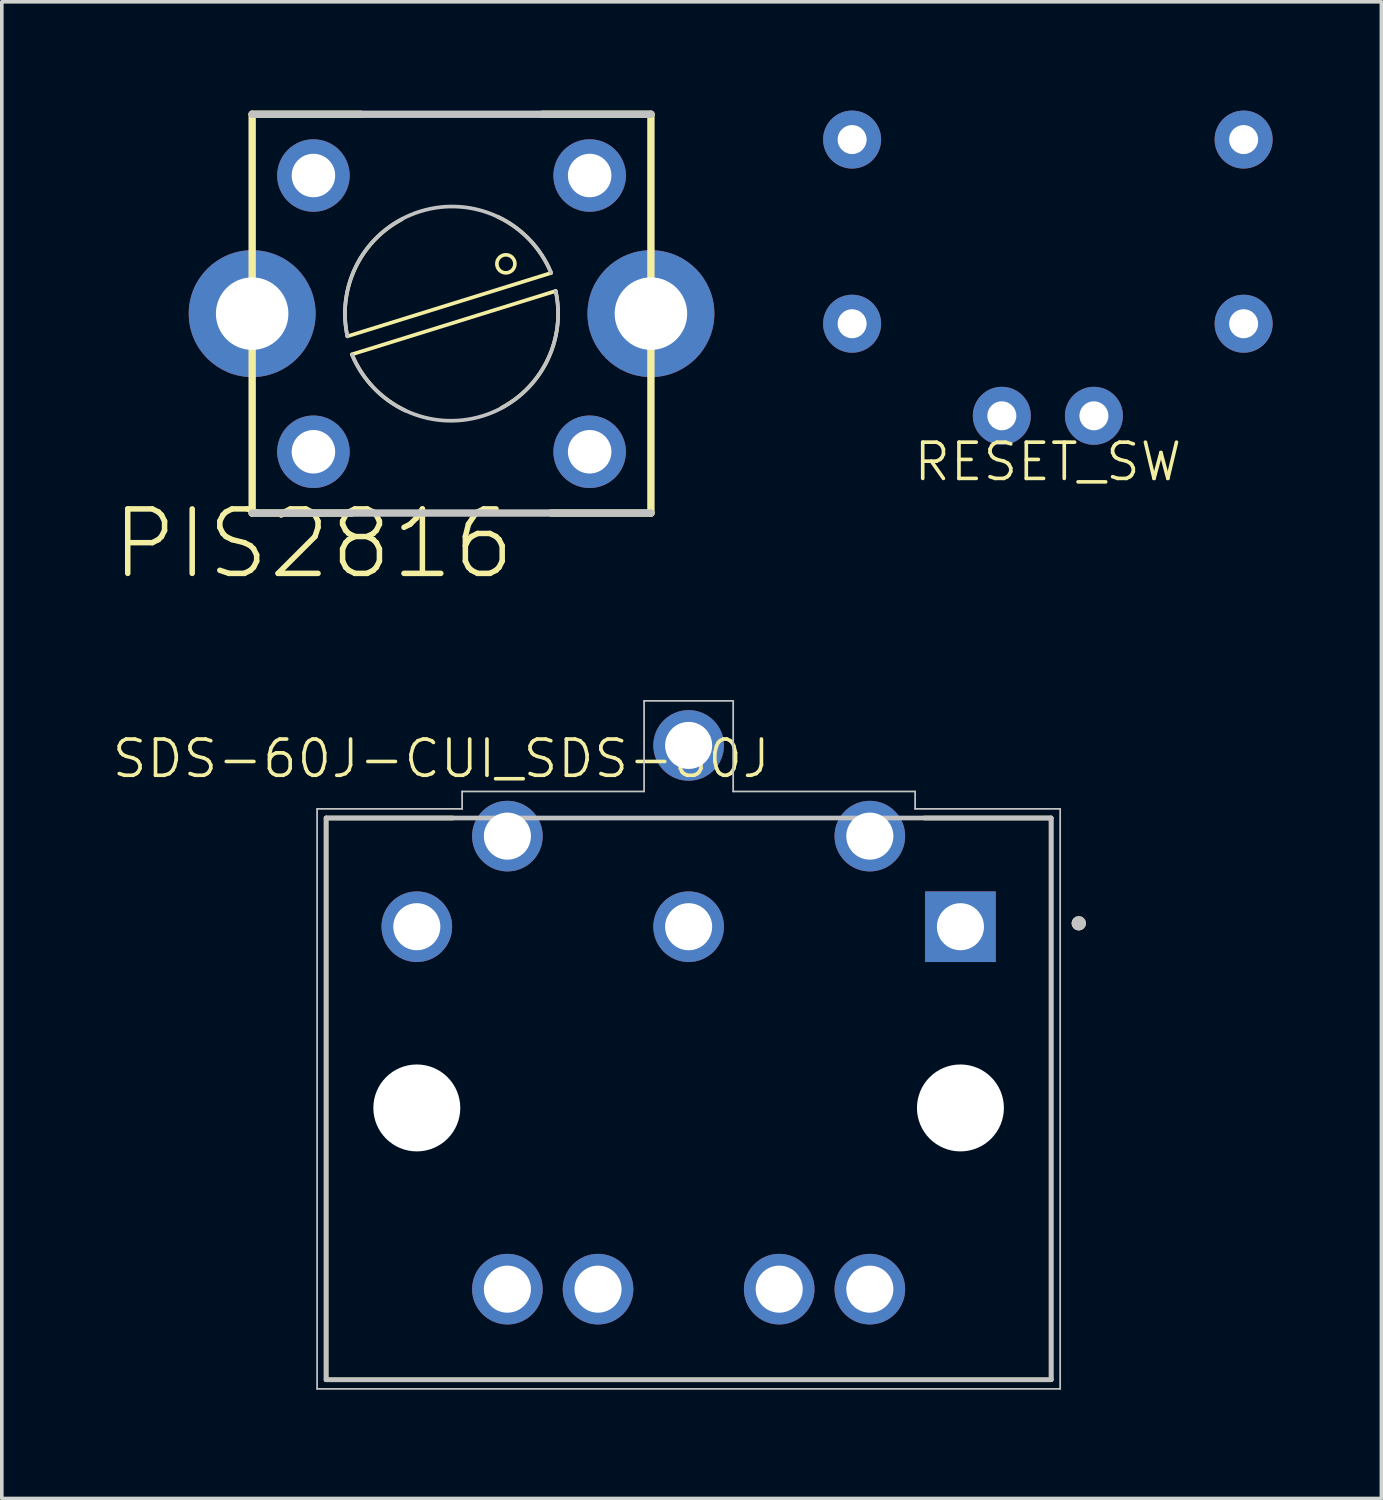
<source format=kicad_pcb>
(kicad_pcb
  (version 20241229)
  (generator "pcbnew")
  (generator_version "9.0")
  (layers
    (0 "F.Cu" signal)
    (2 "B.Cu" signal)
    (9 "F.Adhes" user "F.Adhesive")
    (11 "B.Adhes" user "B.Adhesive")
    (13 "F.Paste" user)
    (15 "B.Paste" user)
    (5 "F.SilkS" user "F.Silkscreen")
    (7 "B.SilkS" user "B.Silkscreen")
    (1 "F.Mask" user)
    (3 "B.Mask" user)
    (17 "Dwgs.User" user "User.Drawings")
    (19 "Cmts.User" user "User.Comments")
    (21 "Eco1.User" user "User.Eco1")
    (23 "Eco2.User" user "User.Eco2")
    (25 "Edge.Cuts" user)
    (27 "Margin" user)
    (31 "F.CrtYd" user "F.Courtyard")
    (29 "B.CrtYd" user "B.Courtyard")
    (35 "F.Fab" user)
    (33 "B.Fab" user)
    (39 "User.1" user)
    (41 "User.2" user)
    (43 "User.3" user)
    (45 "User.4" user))
  (footprint "RESET_SW"
    (layer "F.Cu")
    (at 25.856 4.61)
    (property "Reference" "RESET_SW" (at 0 5.08 0) (unlocked yes) (layer "F.SilkS") (effects (font (size 1 1) (thickness 0.1))))
    (attr through_hole)
    (pad "" thru_hole circle (at -5.4 -3.81) (size 1.6 1.6) (drill 0.8) (layers "*.Cu" "*.Mask"))
    (pad "" thru_hole circle (at -5.4 1.27) (size 1.6 1.6) (drill 0.8) (layers "*.Cu" "*.Mask"))
    (pad "" thru_hole circle (at 5.4 -3.81) (size 1.6 1.6) (drill 0.8) (layers "*.Cu" "*.Mask"))
    (pad "" thru_hole circle (at 5.4 1.27) (size 1.6 1.6) (drill 0.8) (layers "*.Cu" "*.Mask"))
    (pad "1" thru_hole circle (at -1.27 3.81) (size 1.6 1.6) (drill 0.8) (layers "*.Cu" "*.Mask"))
    (pad "2" thru_hole circle (at 1.27 3.81) (size 1.6 1.6) (drill 0.8) (layers "*.Cu" "*.Mask")))
  (footprint "SDS-60J-CUI_SDS-60J"
    (layer "F.Cu")
    (at 15.946 27.513)
    (property "Reference" "SDS-60J-CUI_SDS-60J" (at -6.825 -9.634 0) (layer "F.SilkS") (effects (font (size 1 1) (thickness 0.1))))
    (attr exclude_from_pos_files exclude_from_bom)
    (fp_line (start -10 -7.998) (end -6.5 -7.998) (stroke (width 0.127) (type solid)) (layer "F.SilkS"))
    (fp_line (start -10 7.498) (end -10 -7.998) (stroke (width 0.127) (type solid)) (layer "F.SilkS"))
    (fp_line (start -10 7.498) (end 10 7.498) (stroke (width 0.127) (type solid)) (layer "F.SilkS"))
    (fp_line (start 6.5 -7.998) (end 10 -7.998) (stroke (width 0.127) (type solid)) (layer "F.SilkS"))
    (fp_line (start 10 -7.998) (end 10 7.498) (stroke (width 0.127) (type solid)) (layer "F.SilkS"))
    (fp_circle (center 10.762 -5.093) (end 10.762 -5.192) (stroke (width 0.198) (type solid)) (fill no) (layer "F.SilkS"))
    (fp_line (start -10.249 -8.25) (end -6.248 -8.25) (stroke (width 0.048) (type solid)) (layer "Dwgs.User"))
    (fp_line (start -10.249 7.75) (end -10.249 -8.25) (stroke (width 0.048) (type solid)) (layer "Dwgs.User"))
    (fp_line (start -10 -7.998) (end 10 -7.998) (stroke (width 0.127) (type solid)) (layer "Dwgs.User"))
    (fp_line (start -10 7.498) (end -10 -7.998) (stroke (width 0.127) (type solid)) (layer "Dwgs.User"))
    (fp_line (start -6.248 -8.73) (end -1.229 -8.73) (stroke (width 0.048) (type solid)) (layer "Dwgs.User"))
    (fp_line (start -6.248 -8.25) (end -6.248 -8.73) (stroke (width 0.048) (type solid)) (layer "Dwgs.User"))
    (fp_line (start -1.229 -11.229) (end 1.229 -11.229) (stroke (width 0.048) (type solid)) (layer "Dwgs.User"))
    (fp_line (start -1.229 -8.73) (end -1.229 -11.229) (stroke (width 0.048) (type solid)) (layer "Dwgs.User"))
    (fp_line (start 1.229 -11.229) (end 1.229 -8.73) (stroke (width 0.048) (type solid)) (layer "Dwgs.User"))
    (fp_line (start 1.229 -8.73) (end 6.248 -8.73) (stroke (width 0.048) (type solid)) (layer "Dwgs.User"))
    (fp_line (start 6.248 -8.73) (end 6.248 -8.25) (stroke (width 0.048) (type solid)) (layer "Dwgs.User"))
    (fp_line (start 6.248 -8.25) (end 10.249 -8.25) (stroke (width 0.048) (type solid)) (layer "Dwgs.User"))
    (fp_line (start 10 -7.998) (end 10 7.498) (stroke (width 0.127) (type solid)) (layer "Dwgs.User"))
    (fp_line (start 10 7.498) (end -10 7.498) (stroke (width 0.127) (type solid)) (layer "Dwgs.User"))
    (fp_line (start 10.249 -8.25) (end 10.249 7.75) (stroke (width 0.048) (type solid)) (layer "Dwgs.User"))
    (fp_line (start 10.249 7.75) (end -10.249 7.75) (stroke (width 0.048) (type solid)) (layer "Dwgs.User"))
    (fp_circle (center 10.762 -5.093) (end 10.762 -5.192) (stroke (width 0.198) (type solid)) (fill no) (layer "Dwgs.User"))
    (pad "" np_thru_hole circle (at -7.498 0) (size 2.398 2.398) (drill 2.398) (layers "*.Cu" "*.Mask"))
    (pad "" np_thru_hole circle (at 7.498 0) (size 2.398 2.398) (drill 2.398) (layers "*.Cu" "*.Mask"))
    (pad "1" thru_hole rect (at 7.498 -4.999) (size 1.948 1.948) (drill 1.298) (layers "*.Cu" "*.Paste" "*.Mask"))
    (pad "2" thru_hole circle (at 4.999 -7.498) (size 1.948 1.948) (drill 1.298) (layers "*.Cu" "*.Paste" "*.Mask"))
    (pad "3" thru_hole circle (at 0 -4.999) (size 1.948 1.948) (drill 1.298) (layers "*.Cu" "*.Paste" "*.Mask"))
    (pad "4" thru_hole circle (at -4.999 -7.498) (size 1.948 1.948) (drill 1.298) (layers "*.Cu" "*.Paste" "*.Mask"))
    (pad "5" thru_hole circle (at -7.498 -4.999) (size 1.948 1.948) (drill 1.298) (layers "*.Cu" "*.Paste" "*.Mask"))
    (pad "6" thru_hole circle (at 0 -10) (size 1.948 1.948) (drill 1.298) (layers "*.Cu" "*.Paste" "*.Mask"))
    (pad "E1" thru_hole circle (at -4.999 4.999) (size 1.948 1.948) (drill 1.298) (layers "*.Cu" "*.Paste" "*.Mask"))
    (pad "E1" thru_hole circle (at -2.499 4.999) (size 1.948 1.948) (drill 1.298) (layers "*.Cu" "*.Paste" "*.Mask"))
    (pad "E2" thru_hole circle (at 2.499 4.999) (size 1.948 1.948) (drill 1.298) (layers "*.Cu" "*.Paste" "*.Mask"))
    (pad "E2" thru_hole circle (at 4.999 4.999) (size 1.948 1.948) (drill 1.298) (layers "*.Cu" "*.Paste" "*.Mask")))
  (footprint "PIS2816"
    (layer "F.Cu")
    (at 9.406 5.602)
    (property "Reference" "PIS2816" (at -3.81 6.35 0) (layer "F.SilkS") (effects (font (size 1.778 1.778) (thickness 0.152))))
    (attr through_hole)
    (fp_line (start -5.5 -5.5) (end -5.5 5.5) (stroke (width 0.203) (type solid)) (layer "F.SilkS"))
    (fp_line (start -5.5 5.5) (end -2.75 5.5) (stroke (width 0.203) (type solid)) (layer "F.SilkS"))
    (fp_line (start -2.748 1.123) (end 2.873 -0.625) (stroke (width 0.102) (type solid)) (layer "F.SilkS"))
    (fp_line (start -2.5 -5.5) (end -5.5 -5.5) (stroke (width 0.203) (type solid)) (layer "F.SilkS"))
    (fp_line (start 2.748 -1.123) (end -2.873 0.625) (stroke (width 0.102) (type solid)) (layer "F.SilkS"))
    (fp_line (start 2.75 5.5) (end 5.5 5.5) (stroke (width 0.203) (type solid)) (layer "F.SilkS"))
    (fp_line (start 5.5 -5.5) (end 2.5 -5.5) (stroke (width 0.203) (type solid)) (layer "F.SilkS"))
    (fp_line (start 5.5 5.5) (end 5.5 -5.5) (stroke (width 0.203) (type solid)) (layer "F.SilkS"))
    (fp_arc (start -2.87274 0.62484) (mid -2.667081 -1.236825) (end -1.378893 -2.596481) (stroke (width 0.1016) (type solid)) (layer "F.SilkS"))
    (fp_arc (start -1.27254 2.67462) (mid -2.152858 2.038214) (end -2.745845 1.128082) (stroke (width 0.1016) (type solid)) (layer "F.SilkS"))
    (fp_arc (start 1.27254 -2.67462) (mid 2.152858 -2.038214) (end 2.745845 -1.128082) (stroke (width 0.1016) (type solid)) (layer "F.SilkS"))
    (fp_arc (start 2.87274 -0.62484) (mid 2.667081 1.236825) (end 1.378893 2.596481) (stroke (width 0.1016) (type solid)) (layer "F.SilkS"))
    (fp_circle (center 1.499 -1.374) (end 1.499 -1.623) (stroke (width 0.1) (type solid)) (fill no) (layer "F.SilkS"))
    (fp_line (start -5.5 5.5) (end 5.5 5.5) (stroke (width 0.203) (type solid)) (layer "Dwgs.User"))
    (fp_line (start 5.5 -5.5) (end -5.5 -5.5) (stroke (width 0.203) (type solid)) (layer "Dwgs.User"))
    (fp_arc (start -2.87274 0.62484) (mid -0.863851 -2.821002) (end 2.746928 -1.126382) (stroke (width 0.1016) (type solid)) (layer "Dwgs.User"))
    (fp_arc (start 2.87274 -0.62484) (mid 0.863851 2.821002) (end -2.746928 1.126382) (stroke (width 0.1016) (type solid)) (layer "Dwgs.User"))
    (pad "1" thru_hole circle (at 3.81 -3.81) (size 2 2) (drill 1.2) (layers "*.Cu" "*.Mask"))
    (pad "2" thru_hole circle (at 3.81 3.81) (size 2 2) (drill 1.2) (layers "*.Cu" "*.Mask"))
    (pad "3" thru_hole circle (at -3.81 3.81) (size 2 2) (drill 1.2) (layers "*.Cu" "*.Mask"))
    (pad "4" thru_hole circle (at -3.81 -3.81) (size 2 2) (drill 1.2) (layers "*.Cu" "*.Mask"))
    (pad "5" thru_hole circle (at -5.5 0) (size 3.5 3.5) (drill 2) (layers "*.Cu" "*.Mask"))
    (pad "5" thru_hole circle (at 5.5 0) (size 3.5 3.5) (drill 2) (layers "*.Cu" "*.Mask")))
  (gr_rect
    (start -3 -3)
    (end 35.056 38.286)
    (stroke (width 0.1) (type default))
    (fill no)
    (layer "Edge.Cuts")))
</source>
